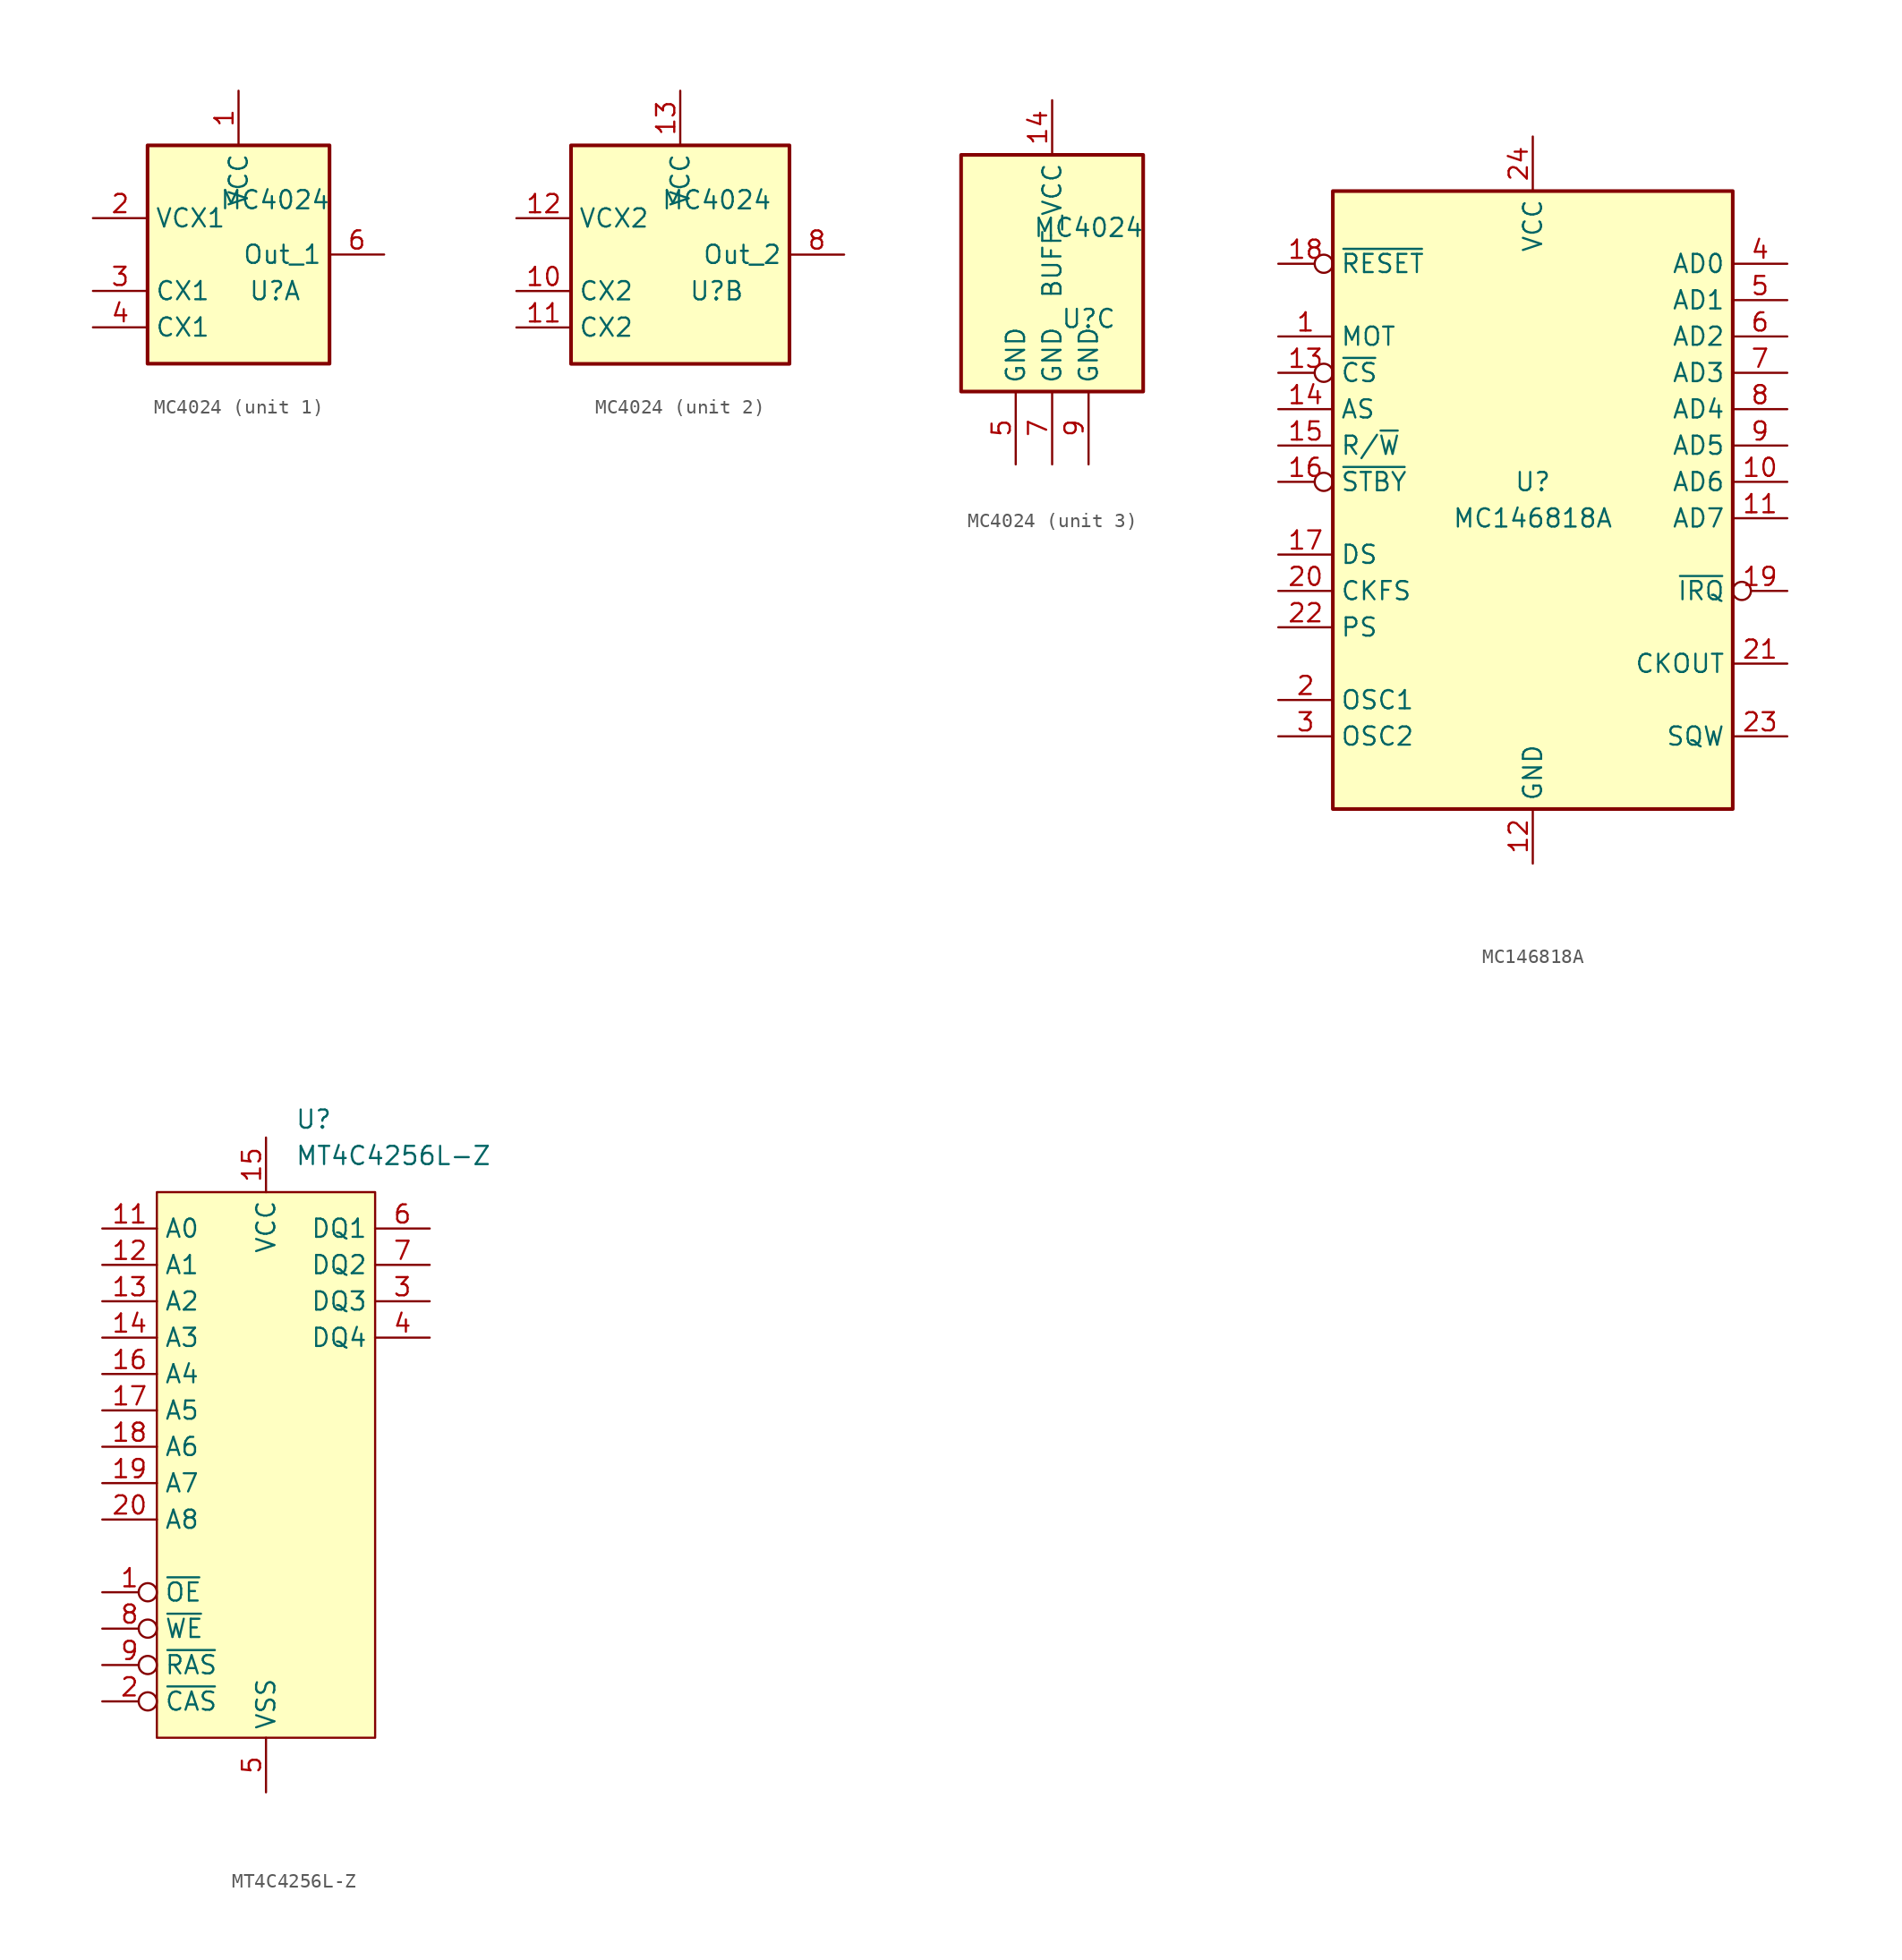
<source format=kicad_sym>
(kicad_symbol_lib
  (version 20231120)
  (generator "kicad_symbol_editor")
  (generator_version "8.0")
  (symbol "MC4024"
    (property "Reference" "U"
      (at 2.54 -2.54 0)
      (effects (font (size 1.27 1.27))))
    (property "Value" "MC4024"
      (at 2.54 3.81 0)
      (effects (font (size 1.27 1.27))))
    (property "ki_locked" ""
      (at 0 0 0)
      (effects (font (size 1.27 1.27))))
    (symbol "MC4024_1_1"
      (rectangle (start -6.35 7.62) (end 6.35 -7.62) (stroke (width 0.254) (type default)) (fill (type background)))
      (pin power_in line (at 0 11.43 270) (length 3.81) (name "VCC" (effects (font (size 1.27 1.27)))) (number "1" (effects (font (size 1.27 1.27)))))
      (pin input line (at -10.16 2.54 0) (length 3.81) (name "VCX1" (effects (font (size 1.27 1.27)))) (number "2" (effects (font (size 1.27 1.27)))))
      (pin input line (at -10.16 -2.54 0) (length 3.81) (name "CX1" (effects (font (size 1.27 1.27)))) (number "3" (effects (font (size 1.27 1.27)))))
      (pin input line (at -10.16 -5.08 0) (length 3.81) (name "CX1" (effects (font (size 1.27 1.27)))) (number "4" (effects (font (size 1.27 1.27)))))
      (pin output line (at 10.16 0 180) (length 3.81) (name "Out_1" (effects (font (size 1.27 1.27)))) (number "6" (effects (font (size 1.27 1.27))))))
    (symbol "MC4024_2_1"
      (rectangle (start -7.62 7.62) (end 7.62 -7.62) (stroke (width 0.254) (type default)) (fill (type background)))
      (pin input line (at -11.43 -2.54 0) (length 3.81) (name "CX2" (effects (font (size 1.27 1.27)))) (number "10" (effects (font (size 1.27 1.27)))))
      (pin input line (at -11.43 -5.08 0) (length 3.81) (name "CX2" (effects (font (size 1.27 1.27)))) (number "11" (effects (font (size 1.27 1.27)))))
      (pin input line (at -11.43 2.54 0) (length 3.81) (name "VCX2" (effects (font (size 1.27 1.27)))) (number "12" (effects (font (size 1.27 1.27)))))
      (pin power_in line (at 0 11.43 270) (length 3.81) (name "VCC" (effects (font (size 1.27 1.27)))) (number "13" (effects (font (size 1.27 1.27)))))
      (pin output line (at 11.43 0 180) (length 3.81) (name "Out_2" (effects (font (size 1.27 1.27)))) (number "8" (effects (font (size 1.27 1.27))))))
    (symbol "MC4024_3_0"
      (pin power_in line (at -2.54 -12.7 90) (length 5.08) (name "GND" (effects (font (size 1.27 1.27)))) (number "5" (effects (font (size 1.27 1.27)))))
      (pin power_in line (at 0 -12.7 90) (length 5.08) (name "GND" (effects (font (size 1.27 1.27)))) (number "7" (effects (font (size 1.27 1.27)))))
      (pin power_in line (at 2.54 -12.7 90) (length 5.08) (name "GND" (effects (font (size 1.27 1.27)))) (number "9" (effects (font (size 1.27 1.27))))))
    (symbol "MC4024_3_1"
      (rectangle (start -6.35 8.89) (end 6.35 -7.62) (stroke (width 0.254) (type default)) (fill (type background)))
      (pin power_in line (at 0 12.7 270) (length 3.81) (name "BUFF_VCC" (effects (font (size 1.27 1.27)))) (number "14" (effects (font (size 1.27 1.27)))))))
  (symbol "MC146818A"
    (property "Reference" "U"
      (at 0 1.27 0)
      (effects (font (size 1.27 1.27))))
    (property "Value" "MC146818A"
      (at 0 -1.27 0)
      (effects (font (size 1.27 1.27))))
    (symbol "MC146818A_1_1"
      (rectangle (start -13.97 21.59) (end 13.97 -21.59) (stroke (width 0.254) (type default)) (fill (type background)))
      (pin input line (at -17.78 11.43 0) (length 3.81) (name "MOT" (effects (font (size 1.27 1.27)))) (number "1" (effects (font (size 1.27 1.27)))))
      (pin tri_state line (at 17.78 1.27 180) (length 3.81) (name "AD6" (effects (font (size 1.27 1.27)))) (number "10" (effects (font (size 1.27 1.27)))))
      (pin tri_state line (at 17.78 -1.27 180) (length 3.81) (name "AD7" (effects (font (size 1.27 1.27)))) (number "11" (effects (font (size 1.27 1.27)))))
      (pin power_in line (at 0 -25.4 90) (length 3.81) (name "GND" (effects (font (size 1.27 1.27)))) (number "12" (effects (font (size 1.27 1.27)))))
      (pin input inverted (at -17.78 8.89 0) (length 3.81) (name "~{CS}" (effects (font (size 1.27 1.27)))) (number "13" (effects (font (size 1.27 1.27)))))
      (pin input line (at -17.78 6.35 0) (length 3.81) (name "AS" (effects (font (size 1.27 1.27)))) (number "14" (effects (font (size 1.27 1.27)))))
      (pin input line (at -17.78 3.81 0) (length 3.81) (name "R/~{W}" (effects (font (size 1.27 1.27)))) (number "15" (effects (font (size 1.27 1.27)))))
      (pin input inverted (at -17.78 1.27 0) (length 3.81) (name "~{STBY}" (effects (font (size 1.27 1.27)))) (number "16" (effects (font (size 1.27 1.27)))))
      (pin input line (at -17.78 -3.81 0) (length 3.81) (name "DS" (effects (font (size 1.27 1.27)))) (number "17" (effects (font (size 1.27 1.27)))))
      (pin input inverted (at -17.78 16.51 0) (length 3.81) (name "~{RESET}" (effects (font (size 1.27 1.27)))) (number "18" (effects (font (size 1.27 1.27)))))
      (pin output inverted (at 17.78 -6.35 180) (length 3.81) (name "~{IRQ}" (effects (font (size 1.27 1.27)))) (number "19" (effects (font (size 1.27 1.27)))))
      (pin input line (at -17.78 -13.97 0) (length 3.81) (name "OSC1" (effects (font (size 1.27 1.27)))) (number "2" (effects (font (size 1.27 1.27)))))
      (pin input line (at -17.78 -6.35 0) (length 3.81) (name "CKFS" (effects (font (size 1.27 1.27)))) (number "20" (effects (font (size 1.27 1.27)))))
      (pin output line (at 17.78 -11.43 180) (length 3.81) (name "CKOUT" (effects (font (size 1.27 1.27)))) (number "21" (effects (font (size 1.27 1.27)))))
      (pin input line (at -17.78 -8.89 0) (length 3.81) (name "PS" (effects (font (size 1.27 1.27)))) (number "22" (effects (font (size 1.27 1.27)))))
      (pin output line (at 17.78 -16.51 180) (length 3.81) (name "SQW" (effects (font (size 1.27 1.27)))) (number "23" (effects (font (size 1.27 1.27)))))
      (pin power_in line (at 0 25.4 270) (length 3.81) (name "VCC" (effects (font (size 1.27 1.27)))) (number "24" (effects (font (size 1.27 1.27)))))
      (pin output line (at -17.78 -16.51 0) (length 3.81) (name "OSC2" (effects (font (size 1.27 1.27)))) (number "3" (effects (font (size 1.27 1.27)))))
      (pin tri_state line (at 17.78 16.51 180) (length 3.81) (name "AD0" (effects (font (size 1.27 1.27)))) (number "4" (effects (font (size 1.27 1.27)))))
      (pin tri_state line (at 17.78 13.97 180) (length 3.81) (name "AD1" (effects (font (size 1.27 1.27)))) (number "5" (effects (font (size 1.27 1.27)))))
      (pin tri_state line (at 17.78 11.43 180) (length 3.81) (name "AD2" (effects (font (size 1.27 1.27)))) (number "6" (effects (font (size 1.27 1.27)))))
      (pin tri_state line (at 17.78 8.89 180) (length 3.81) (name "AD3" (effects (font (size 1.27 1.27)))) (number "7" (effects (font (size 1.27 1.27)))))
      (pin tri_state line (at 17.78 6.35 180) (length 3.81) (name "AD4" (effects (font (size 1.27 1.27)))) (number "8" (effects (font (size 1.27 1.27)))))
      (pin tri_state line (at 17.78 3.81 180) (length 3.81) (name "AD5" (effects (font (size 1.27 1.27)))) (number "9" (effects (font (size 1.27 1.27)))))))
  (symbol "MT4C4256L-Z"
    (property "Reference" "U"
      (at 2.019 24.13 0)
      (effects (font (size 1.27 1.27)) (justify left)))
    (property "Value" "MT4C4256L-Z"
      (at 2.019 21.59 0)
      (effects (font (size 1.27 1.27)) (justify left)))
    (symbol "MT4C4256L-Z_0_1"
      (rectangle (start -7.62 19.05) (end 7.62 -19.05) (stroke (width 0) (type default)) (fill (type background))))
    (symbol "MT4C4256L-Z_1_1"
      (pin input inverted (at -11.43 -8.89 0) (length 3.81) (name "~{OE}" (effects (font (size 1.27 1.27)))) (number "1" (effects (font (size 1.27 1.27)))))
      (pin input line (at -11.43 16.51 0) (length 3.81) (name "A0" (effects (font (size 1.27 1.27)))) (number "11" (effects (font (size 1.27 1.27)))))
      (pin input line (at -11.43 13.97 0) (length 3.81) (name "A1" (effects (font (size 1.27 1.27)))) (number "12" (effects (font (size 1.27 1.27)))))
      (pin input line (at -11.43 11.43 0) (length 3.81) (name "A2" (effects (font (size 1.27 1.27)))) (number "13" (effects (font (size 1.27 1.27)))))
      (pin input line (at -11.43 8.89 0) (length 3.81) (name "A3" (effects (font (size 1.27 1.27)))) (number "14" (effects (font (size 1.27 1.27)))))
      (pin power_in line (at 0 22.86 270) (length 3.81) (name "VCC" (effects (font (size 1.27 1.27)))) (number "15" (effects (font (size 1.27 1.27)))))
      (pin input line (at -11.43 6.35 0) (length 3.81) (name "A4" (effects (font (size 1.27 1.27)))) (number "16" (effects (font (size 1.27 1.27)))))
      (pin input line (at -11.43 3.81 0) (length 3.81) (name "A5" (effects (font (size 1.27 1.27)))) (number "17" (effects (font (size 1.27 1.27)))))
      (pin input line (at -11.43 1.27 0) (length 3.81) (name "A6" (effects (font (size 1.27 1.27)))) (number "18" (effects (font (size 1.27 1.27)))))
      (pin input line (at -11.43 -1.27 0) (length 3.81) (name "A7" (effects (font (size 1.27 1.27)))) (number "19" (effects (font (size 1.27 1.27)))))
      (pin input inverted (at -11.43 -16.51 0) (length 3.81) (name "~{CAS}" (effects (font (size 1.27 1.27)))) (number "2" (effects (font (size 1.27 1.27)))))
      (pin input line (at -11.43 -3.81 0) (length 3.81) (name "A8" (effects (font (size 1.27 1.27)))) (number "20" (effects (font (size 1.27 1.27)))))
      (pin bidirectional line (at 11.43 11.43 180) (length 3.81) (name "DQ3" (effects (font (size 1.27 1.27)))) (number "3" (effects (font (size 1.27 1.27)))))
      (pin bidirectional line (at 11.43 8.89 180) (length 3.81) (name "DQ4" (effects (font (size 1.27 1.27)))) (number "4" (effects (font (size 1.27 1.27)))))
      (pin power_in line (at 0 -22.86 90) (length 3.81) (name "VSS" (effects (font (size 1.27 1.27)))) (number "5" (effects (font (size 1.27 1.27)))))
      (pin bidirectional line (at 11.43 16.51 180) (length 3.81) (name "DQ1" (effects (font (size 1.27 1.27)))) (number "6" (effects (font (size 1.27 1.27)))))
      (pin bidirectional line (at 11.43 13.97 180) (length 3.81) (name "DQ2" (effects (font (size 1.27 1.27)))) (number "7" (effects (font (size 1.27 1.27)))))
      (pin input inverted (at -11.43 -11.43 0) (length 3.81) (name "~{WE}" (effects (font (size 1.27 1.27)))) (number "8" (effects (font (size 1.27 1.27)))))
      (pin input inverted (at -11.43 -13.97 0) (length 3.81) (name "~{RAS}" (effects (font (size 1.27 1.27)))) (number "9" (effects (font (size 1.27 1.27))))))))
</source>
